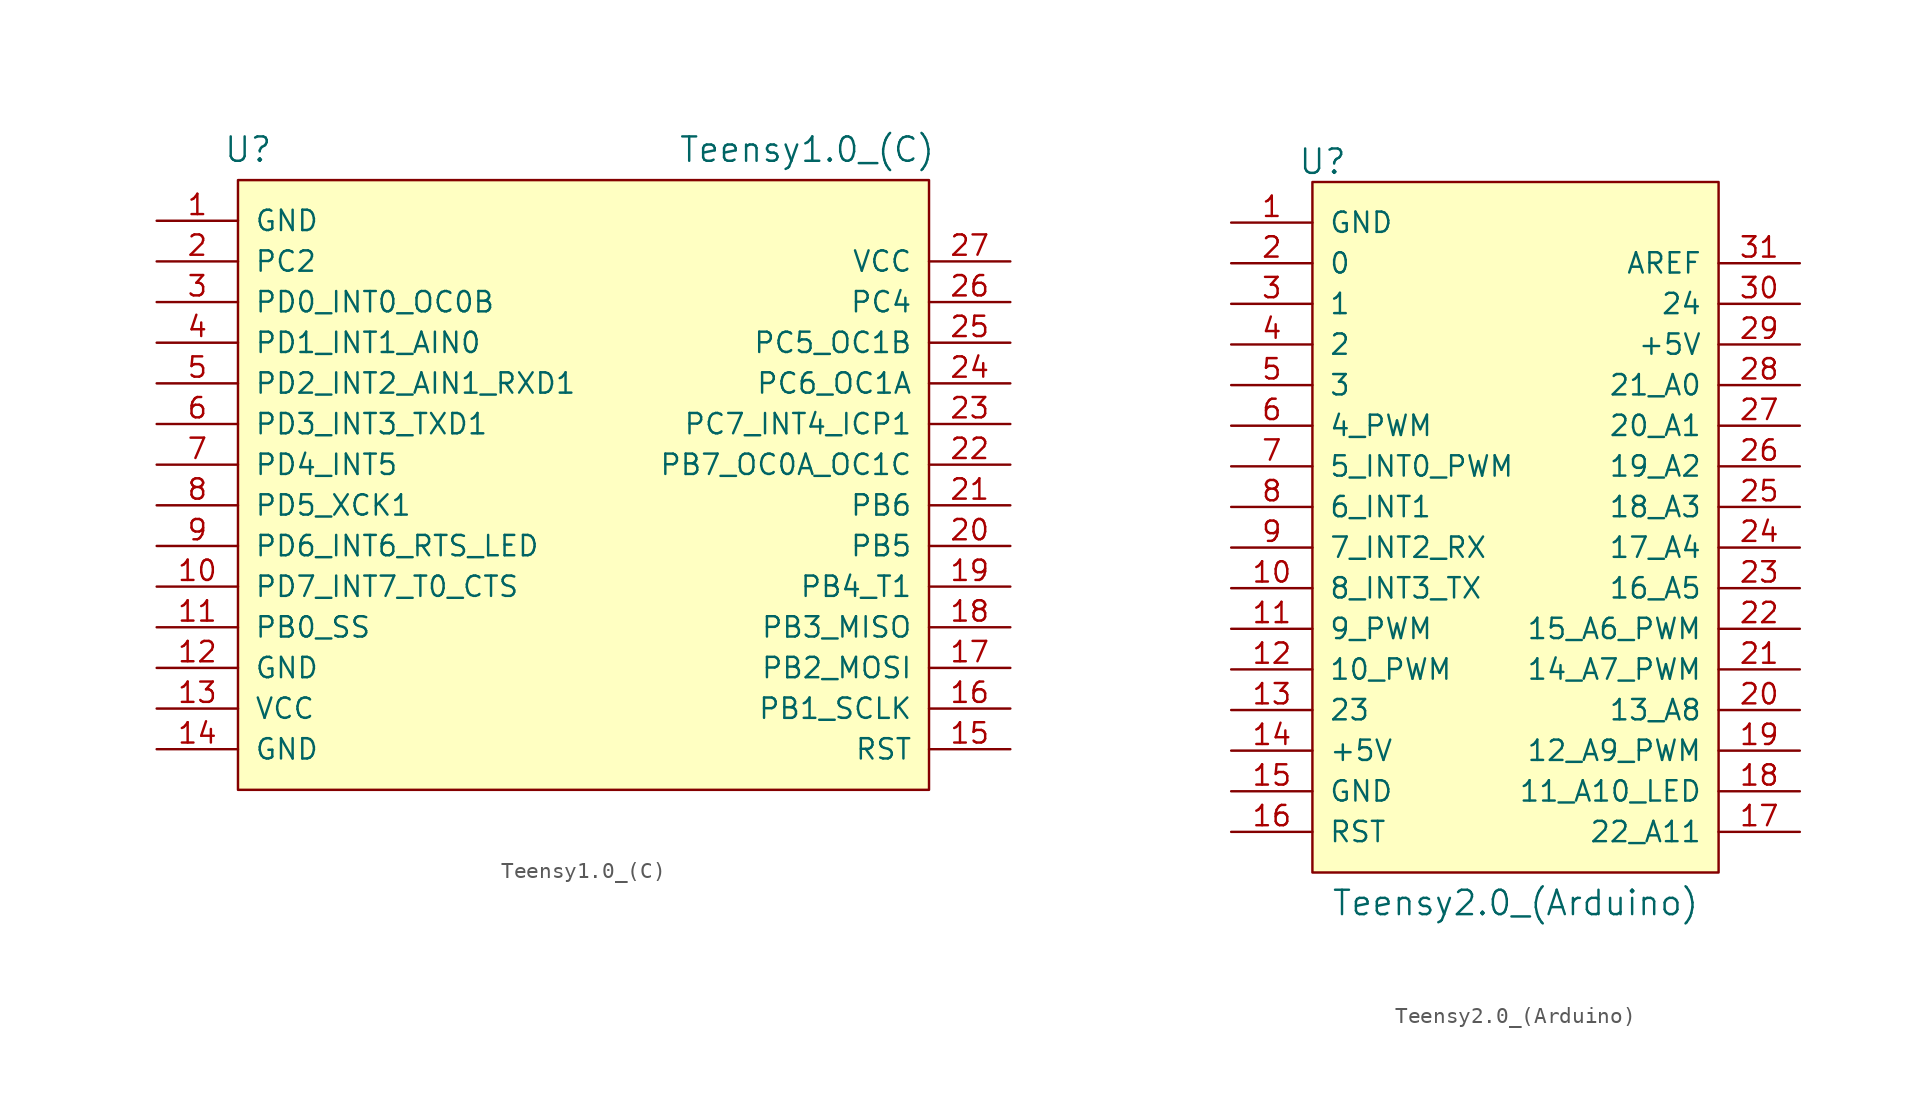
<source format=kicad_sym>
(kicad_symbol_lib
  (version 20211014)
  (generator kicad_symbol_editor)
  (symbol "Teensy1.0_(C)"
    (pin_names
      (offset 1.016))
    (property "Reference" "U"
      (at -20.955 20.955 0)
      (effects (font (size 1.524 1.524))))
    (property "Value" "Teensy1.0_(C)"
      (at 13.97 20.955 0)
      (effects (font (size 1.524 1.524))))
    (symbol "Teensy1.0_(C)_0_1"
      (rectangle (start -21.59 19.05) (end 21.59 -19.05) (stroke (width 0) (type default) (color 0 0 0 0)) (fill (type background))))
    (symbol "Teensy1.0_(C)_1_1"
      (pin power_in line (at -26.67 16.51 0) (length 5.08) (name "GND" (effects (font (size 1.27 1.27)))) (number "1" (effects (font (size 1.27 1.27)))))
      (pin bidirectional line (at -26.67 -6.35 0) (length 5.08) (name "PD7_INT7_T0_CTS" (effects (font (size 1.27 1.27)))) (number "10" (effects (font (size 1.27 1.27)))))
      (pin bidirectional line (at -26.67 -8.89 0) (length 5.08) (name "PB0_SS" (effects (font (size 1.27 1.27)))) (number "11" (effects (font (size 1.27 1.27)))))
      (pin power_in line (at -26.67 -11.43 0) (length 5.08) (name "GND" (effects (font (size 1.27 1.27)))) (number "12" (effects (font (size 1.27 1.27)))))
      (pin power_in line (at -26.67 -13.97 0) (length 5.08) (name "VCC" (effects (font (size 1.27 1.27)))) (number "13" (effects (font (size 1.27 1.27)))))
      (pin power_in line (at -26.67 -16.51 0) (length 5.08) (name "GND" (effects (font (size 1.27 1.27)))) (number "14" (effects (font (size 1.27 1.27)))))
      (pin input line (at 26.67 -16.51 180) (length 5.08) (name "RST" (effects (font (size 1.27 1.27)))) (number "15" (effects (font (size 1.27 1.27)))))
      (pin bidirectional line (at 26.67 -13.97 180) (length 5.08) (name "PB1_SCLK" (effects (font (size 1.27 1.27)))) (number "16" (effects (font (size 1.27 1.27)))))
      (pin bidirectional line (at 26.67 -11.43 180) (length 5.08) (name "PB2_MOSI" (effects (font (size 1.27 1.27)))) (number "17" (effects (font (size 1.27 1.27)))))
      (pin bidirectional line (at 26.67 -8.89 180) (length 5.08) (name "PB3_MISO" (effects (font (size 1.27 1.27)))) (number "18" (effects (font (size 1.27 1.27)))))
      (pin bidirectional line (at 26.67 -6.35 180) (length 5.08) (name "PB4_T1" (effects (font (size 1.27 1.27)))) (number "19" (effects (font (size 1.27 1.27)))))
      (pin bidirectional line (at -26.67 13.97 0) (length 5.08) (name "PC2" (effects (font (size 1.27 1.27)))) (number "2" (effects (font (size 1.27 1.27)))))
      (pin bidirectional line (at 26.67 -3.81 180) (length 5.08) (name "PB5" (effects (font (size 1.27 1.27)))) (number "20" (effects (font (size 1.27 1.27)))))
      (pin bidirectional line (at 26.67 -1.27 180) (length 5.08) (name "PB6" (effects (font (size 1.27 1.27)))) (number "21" (effects (font (size 1.27 1.27)))))
      (pin bidirectional line (at 26.67 1.27 180) (length 5.08) (name "PB7_OC0A_OC1C" (effects (font (size 1.27 1.27)))) (number "22" (effects (font (size 1.27 1.27)))))
      (pin bidirectional line (at 26.67 3.81 180) (length 5.08) (name "PC7_INT4_ICP1" (effects (font (size 1.27 1.27)))) (number "23" (effects (font (size 1.27 1.27)))))
      (pin bidirectional line (at 26.67 6.35 180) (length 5.08) (name "PC6_OC1A" (effects (font (size 1.27 1.27)))) (number "24" (effects (font (size 1.27 1.27)))))
      (pin bidirectional line (at 26.67 8.89 180) (length 5.08) (name "PC5_OC1B" (effects (font (size 1.27 1.27)))) (number "25" (effects (font (size 1.27 1.27)))))
      (pin bidirectional line (at 26.67 11.43 180) (length 5.08) (name "PC4" (effects (font (size 1.27 1.27)))) (number "26" (effects (font (size 1.27 1.27)))))
      (pin power_in line (at 26.67 13.97 180) (length 5.08) (name "VCC" (effects (font (size 1.27 1.27)))) (number "27" (effects (font (size 1.27 1.27)))))
      (pin bidirectional line (at -26.67 11.43 0) (length 5.08) (name "PD0_INT0_OC0B" (effects (font (size 1.27 1.27)))) (number "3" (effects (font (size 1.27 1.27)))))
      (pin bidirectional line (at -26.67 8.89 0) (length 5.08) (name "PD1_INT1_AIN0" (effects (font (size 1.27 1.27)))) (number "4" (effects (font (size 1.27 1.27)))))
      (pin bidirectional line (at -26.67 6.35 0) (length 5.08) (name "PD2_INT2_AIN1_RXD1" (effects (font (size 1.27 1.27)))) (number "5" (effects (font (size 1.27 1.27)))))
      (pin bidirectional line (at -26.67 3.81 0) (length 5.08) (name "PD3_INT3_TXD1" (effects (font (size 1.27 1.27)))) (number "6" (effects (font (size 1.27 1.27)))))
      (pin bidirectional line (at -26.67 1.27 0) (length 5.08) (name "PD4_INT5" (effects (font (size 1.27 1.27)))) (number "7" (effects (font (size 1.27 1.27)))))
      (pin bidirectional line (at -26.67 -1.27 0) (length 5.08) (name "PD5_XCK1" (effects (font (size 1.27 1.27)))) (number "8" (effects (font (size 1.27 1.27)))))
      (pin bidirectional line (at -26.67 -3.81 0) (length 5.08) (name "PD6_INT6_RTS_LED" (effects (font (size 1.27 1.27)))) (number "9" (effects (font (size 1.27 1.27)))))))
  (symbol "Teensy2.0_(Arduino)"
    (pin_names
      (offset 1.016))
    (property "Reference" "U"
      (at -12.065 22.86 0)
      (effects (font (size 1.524 1.524))))
    (property "Value" "Teensy2.0_(Arduino)"
      (at 0 -23.495 0)
      (effects (font (size 1.524 1.524))))
    (symbol "Teensy2.0_(Arduino)_0_1"
      (rectangle (start -12.7 21.59) (end 12.7 -21.59) (stroke (width 0) (type default) (color 0 0 0 0)) (fill (type background))))
    (symbol "Teensy2.0_(Arduino)_1_1"
      (pin power_in line (at -17.78 19.05 0) (length 5.08) (name "GND" (effects (font (size 1.27 1.27)))) (number "1" (effects (font (size 1.27 1.27)))))
      (pin bidirectional line (at -17.78 -3.81 0) (length 5.08) (name "8_INT3_TX" (effects (font (size 1.27 1.27)))) (number "10" (effects (font (size 1.27 1.27)))))
      (pin bidirectional line (at -17.78 -6.35 0) (length 5.08) (name "9_PWM" (effects (font (size 1.27 1.27)))) (number "11" (effects (font (size 1.27 1.27)))))
      (pin bidirectional line (at -17.78 -8.89 0) (length 5.08) (name "10_PWM" (effects (font (size 1.27 1.27)))) (number "12" (effects (font (size 1.27 1.27)))))
      (pin bidirectional line (at -17.78 -11.43 0) (length 5.08) (name "23" (effects (font (size 1.27 1.27)))) (number "13" (effects (font (size 1.27 1.27)))))
      (pin power_in line (at -17.78 -13.97 0) (length 5.08) (name "+5V" (effects (font (size 1.27 1.27)))) (number "14" (effects (font (size 1.27 1.27)))))
      (pin power_in line (at -17.78 -16.51 0) (length 5.08) (name "GND" (effects (font (size 1.27 1.27)))) (number "15" (effects (font (size 1.27 1.27)))))
      (pin input line (at -17.78 -19.05 0) (length 5.08) (name "RST" (effects (font (size 1.27 1.27)))) (number "16" (effects (font (size 1.27 1.27)))))
      (pin bidirectional line (at 17.78 -19.05 180) (length 5.08) (name "22_A11" (effects (font (size 1.27 1.27)))) (number "17" (effects (font (size 1.27 1.27)))))
      (pin bidirectional line (at 17.78 -16.51 180) (length 5.08) (name "11_A10_LED" (effects (font (size 1.27 1.27)))) (number "18" (effects (font (size 1.27 1.27)))))
      (pin bidirectional line (at 17.78 -13.97 180) (length 5.08) (name "12_A9_PWM" (effects (font (size 1.27 1.27)))) (number "19" (effects (font (size 1.27 1.27)))))
      (pin bidirectional line (at -17.78 16.51 0) (length 5.08) (name "0" (effects (font (size 1.27 1.27)))) (number "2" (effects (font (size 1.27 1.27)))))
      (pin bidirectional line (at 17.78 -11.43 180) (length 5.08) (name "13_A8" (effects (font (size 1.27 1.27)))) (number "20" (effects (font (size 1.27 1.27)))))
      (pin bidirectional line (at 17.78 -8.89 180) (length 5.08) (name "14_A7_PWM" (effects (font (size 1.27 1.27)))) (number "21" (effects (font (size 1.27 1.27)))))
      (pin bidirectional line (at 17.78 -6.35 180) (length 5.08) (name "15_A6_PWM" (effects (font (size 1.27 1.27)))) (number "22" (effects (font (size 1.27 1.27)))))
      (pin bidirectional line (at 17.78 -3.81 180) (length 5.08) (name "16_A5" (effects (font (size 1.27 1.27)))) (number "23" (effects (font (size 1.27 1.27)))))
      (pin bidirectional line (at 17.78 -1.27 180) (length 5.08) (name "17_A4" (effects (font (size 1.27 1.27)))) (number "24" (effects (font (size 1.27 1.27)))))
      (pin bidirectional line (at 17.78 1.27 180) (length 5.08) (name "18_A3" (effects (font (size 1.27 1.27)))) (number "25" (effects (font (size 1.27 1.27)))))
      (pin bidirectional line (at 17.78 3.81 180) (length 5.08) (name "19_A2" (effects (font (size 1.27 1.27)))) (number "26" (effects (font (size 1.27 1.27)))))
      (pin bidirectional line (at 17.78 6.35 180) (length 5.08) (name "20_A1" (effects (font (size 1.27 1.27)))) (number "27" (effects (font (size 1.27 1.27)))))
      (pin bidirectional line (at 17.78 8.89 180) (length 5.08) (name "21_A0" (effects (font (size 1.27 1.27)))) (number "28" (effects (font (size 1.27 1.27)))))
      (pin power_in line (at 17.78 11.43 180) (length 5.08) (name "+5V" (effects (font (size 1.27 1.27)))) (number "29" (effects (font (size 1.27 1.27)))))
      (pin bidirectional line (at -17.78 13.97 0) (length 5.08) (name "1" (effects (font (size 1.27 1.27)))) (number "3" (effects (font (size 1.27 1.27)))))
      (pin bidirectional line (at 17.78 13.97 180) (length 5.08) (name "24" (effects (font (size 1.27 1.27)))) (number "30" (effects (font (size 1.27 1.27)))))
      (pin input line (at 17.78 16.51 180) (length 5.08) (name "AREF" (effects (font (size 1.27 1.27)))) (number "31" (effects (font (size 1.27 1.27)))))
      (pin bidirectional line (at -17.78 11.43 0) (length 5.08) (name "2" (effects (font (size 1.27 1.27)))) (number "4" (effects (font (size 1.27 1.27)))))
      (pin bidirectional line (at -17.78 8.89 0) (length 5.08) (name "3" (effects (font (size 1.27 1.27)))) (number "5" (effects (font (size 1.27 1.27)))))
      (pin bidirectional line (at -17.78 6.35 0) (length 5.08) (name "4_PWM" (effects (font (size 1.27 1.27)))) (number "6" (effects (font (size 1.27 1.27)))))
      (pin bidirectional line (at -17.78 3.81 0) (length 5.08) (name "5_INT0_PWM" (effects (font (size 1.27 1.27)))) (number "7" (effects (font (size 1.27 1.27)))))
      (pin bidirectional line (at -17.78 1.27 0) (length 5.08) (name "6_INT1" (effects (font (size 1.27 1.27)))) (number "8" (effects (font (size 1.27 1.27)))))
      (pin bidirectional line (at -17.78 -1.27 0) (length 5.08) (name "7_INT2_RX" (effects (font (size 1.27 1.27)))) (number "9" (effects (font (size 1.27 1.27))))))))
</source>
